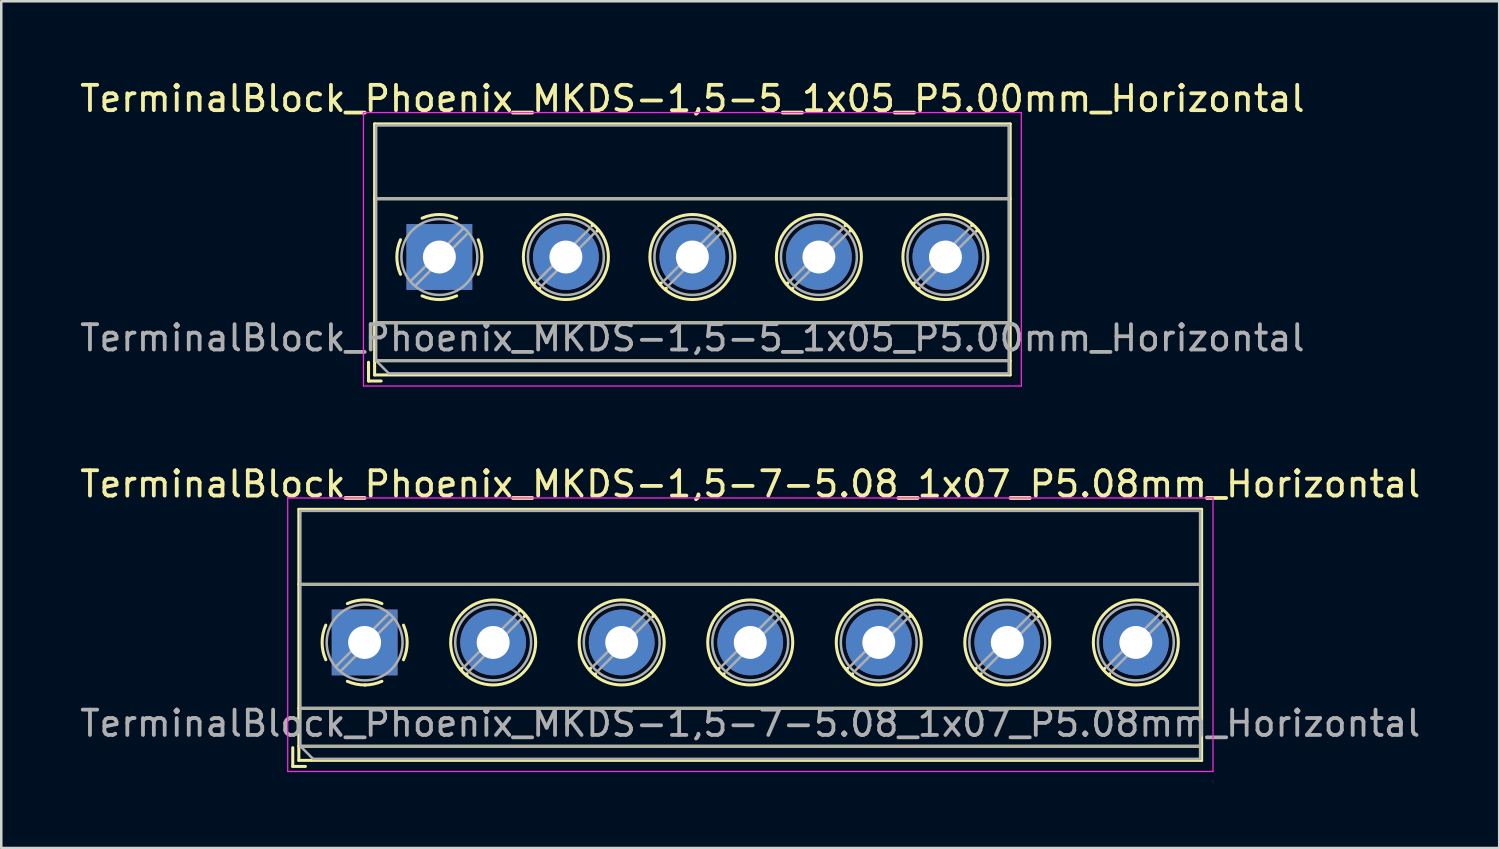
<source format=kicad_pcb>
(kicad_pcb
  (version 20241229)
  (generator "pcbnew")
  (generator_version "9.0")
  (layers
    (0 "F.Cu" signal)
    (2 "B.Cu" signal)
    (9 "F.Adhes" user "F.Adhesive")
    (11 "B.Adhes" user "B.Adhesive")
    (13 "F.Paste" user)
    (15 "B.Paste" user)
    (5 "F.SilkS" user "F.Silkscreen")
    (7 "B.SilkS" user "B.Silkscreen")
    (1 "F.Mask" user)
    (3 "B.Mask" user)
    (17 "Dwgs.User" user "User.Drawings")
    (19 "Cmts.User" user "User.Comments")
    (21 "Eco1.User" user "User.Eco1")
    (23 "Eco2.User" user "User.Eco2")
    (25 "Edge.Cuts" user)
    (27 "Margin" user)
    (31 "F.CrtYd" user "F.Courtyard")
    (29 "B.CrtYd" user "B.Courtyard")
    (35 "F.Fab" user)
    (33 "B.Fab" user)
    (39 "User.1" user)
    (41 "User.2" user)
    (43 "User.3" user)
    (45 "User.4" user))
  (footprint "TerminalBlock_Phoenix_MKDS-1,5-7-5.08_1x07_P5.08mm_Horizontal"
    (layer "F.Cu")
    (at 11.361 22.341)
    (property "Reference" "TerminalBlock_Phoenix_MKDS-1,5-7-5.08_1x07_P5.08mm_Horizontal" (at 15.24 -6.26 0) (layer "F.SilkS") (effects (font (size 1 1) (thickness 0.15))))
    (attr through_hole)
    (fp_line (start -2.84 4.16) (end -2.84 4.9) (stroke (width 0.12) (type solid)) (layer "F.SilkS"))
    (fp_line (start -2.84 4.9) (end -2.34 4.9) (stroke (width 0.12) (type solid)) (layer "F.SilkS"))
    (fp_line (start -2.6 -5.261) (end -2.6 4.66) (stroke (width 0.12) (type solid)) (layer "F.SilkS"))
    (fp_line (start -2.6 -5.261) (end 33.08 -5.261) (stroke (width 0.12) (type solid)) (layer "F.SilkS"))
    (fp_line (start -2.6 -2.301) (end 33.08 -2.301) (stroke (width 0.12) (type solid)) (layer "F.SilkS"))
    (fp_line (start -2.6 2.6) (end 33.08 2.6) (stroke (width 0.12) (type solid)) (layer "F.SilkS"))
    (fp_line (start -2.6 4.1) (end 33.08 4.1) (stroke (width 0.12) (type solid)) (layer "F.SilkS"))
    (fp_line (start -2.6 4.66) (end 33.08 4.66) (stroke (width 0.12) (type solid)) (layer "F.SilkS"))
    (fp_line (start 3.853 1.023) (end 3.806 1.069) (stroke (width 0.12) (type solid)) (layer "F.SilkS"))
    (fp_line (start 4.046 1.239) (end 4.011 1.274) (stroke (width 0.12) (type solid)) (layer "F.SilkS"))
    (fp_line (start 6.15 -1.275) (end 6.115 -1.239) (stroke (width 0.12) (type solid)) (layer "F.SilkS"))
    (fp_line (start 6.355 -1.069) (end 6.308 -1.023) (stroke (width 0.12) (type solid)) (layer "F.SilkS"))
    (fp_line (start 8.933 1.023) (end 8.886 1.069) (stroke (width 0.12) (type solid)) (layer "F.SilkS"))
    (fp_line (start 9.126 1.239) (end 9.091 1.274) (stroke (width 0.12) (type solid)) (layer "F.SilkS"))
    (fp_line (start 11.23 -1.275) (end 11.195 -1.239) (stroke (width 0.12) (type solid)) (layer "F.SilkS"))
    (fp_line (start 11.435 -1.069) (end 11.388 -1.023) (stroke (width 0.12) (type solid)) (layer "F.SilkS"))
    (fp_line (start 14.013 1.023) (end 13.966 1.069) (stroke (width 0.12) (type solid)) (layer "F.SilkS"))
    (fp_line (start 14.206 1.239) (end 14.171 1.274) (stroke (width 0.12) (type solid)) (layer "F.SilkS"))
    (fp_line (start 16.31 -1.275) (end 16.275 -1.239) (stroke (width 0.12) (type solid)) (layer "F.SilkS"))
    (fp_line (start 16.515 -1.069) (end 16.468 -1.023) (stroke (width 0.12) (type solid)) (layer "F.SilkS"))
    (fp_line (start 19.093 1.023) (end 19.046 1.069) (stroke (width 0.12) (type solid)) (layer "F.SilkS"))
    (fp_line (start 19.286 1.239) (end 19.251 1.274) (stroke (width 0.12) (type solid)) (layer "F.SilkS"))
    (fp_line (start 21.39 -1.275) (end 21.355 -1.239) (stroke (width 0.12) (type solid)) (layer "F.SilkS"))
    (fp_line (start 21.595 -1.069) (end 21.548 -1.023) (stroke (width 0.12) (type solid)) (layer "F.SilkS"))
    (fp_line (start 24.173 1.023) (end 24.126 1.069) (stroke (width 0.12) (type solid)) (layer "F.SilkS"))
    (fp_line (start 24.366 1.239) (end 24.331 1.274) (stroke (width 0.12) (type solid)) (layer "F.SilkS"))
    (fp_line (start 26.47 -1.275) (end 26.435 -1.239) (stroke (width 0.12) (type solid)) (layer "F.SilkS"))
    (fp_line (start 26.675 -1.069) (end 26.628 -1.023) (stroke (width 0.12) (type solid)) (layer "F.SilkS"))
    (fp_line (start 29.253 1.023) (end 29.206 1.069) (stroke (width 0.12) (type solid)) (layer "F.SilkS"))
    (fp_line (start 29.446 1.239) (end 29.411 1.274) (stroke (width 0.12) (type solid)) (layer "F.SilkS"))
    (fp_line (start 31.55 -1.275) (end 31.515 -1.239) (stroke (width 0.12) (type solid)) (layer "F.SilkS"))
    (fp_line (start 31.755 -1.069) (end 31.708 -1.023) (stroke (width 0.12) (type solid)) (layer "F.SilkS"))
    (fp_line (start 33.08 -5.261) (end 33.08 4.66) (stroke (width 0.12) (type solid)) (layer "F.SilkS"))
    (fp_arc (start -1.535427 0.683042) (mid -1.680501 -0.000524) (end -1.535 -0.684) (stroke (width 0.12) (type solid)) (layer "F.SilkS"))
    (fp_arc (start -0.683042 -1.535427) (mid 0.000524 -1.680501) (end 0.684 -1.535) (stroke (width 0.12) (type solid)) (layer "F.SilkS"))
    (fp_arc (start 0.028805 1.680253) (mid -0.335551 1.646659) (end -0.684 1.535) (stroke (width 0.12) (type solid)) (layer "F.SilkS"))
    (fp_arc (start 0.683318 1.534756) (mid 0.349292 1.643288) (end 0 1.68) (stroke (width 0.12) (type solid)) (layer "F.SilkS"))
    (fp_arc (start 1.535427 -0.683042) (mid 1.680501 0.000524) (end 1.535 0.684) (stroke (width 0.12) (type solid)) (layer "F.SilkS"))
    (fp_circle (center 5.08 0) (end 6.76 0) (stroke (width 0.12) (type solid)) (fill no) (layer "F.SilkS"))
    (fp_circle (center 10.16 0) (end 11.84 0) (stroke (width 0.12) (type solid)) (fill no) (layer "F.SilkS"))
    (fp_circle (center 15.24 0) (end 16.92 0) (stroke (width 0.12) (type solid)) (fill no) (layer "F.SilkS"))
    (fp_circle (center 20.32 0) (end 22 0) (stroke (width 0.12) (type solid)) (fill no) (layer "F.SilkS"))
    (fp_circle (center 25.4 0) (end 27.08 0) (stroke (width 0.12) (type solid)) (fill no) (layer "F.SilkS"))
    (fp_circle (center 30.48 0) (end 32.16 0) (stroke (width 0.12) (type solid)) (fill no) (layer "F.SilkS"))
    (fp_line (start -3.04 -5.71) (end -3.04 5.1) (stroke (width 0.05) (type solid)) (layer "F.CrtYd"))
    (fp_line (start -3.04 5.1) (end 33.53 5.1) (stroke (width 0.05) (type solid)) (layer "F.CrtYd"))
    (fp_line (start 33.53 -5.71) (end -3.04 -5.71) (stroke (width 0.05) (type solid)) (layer "F.CrtYd"))
    (fp_line (start 33.53 5.1) (end 33.53 -5.71) (stroke (width 0.05) (type solid)) (layer "F.CrtYd"))
    (fp_line (start -2.54 -5.2) (end 33.02 -5.2) (stroke (width 0.1) (type solid)) (layer "F.Fab"))
    (fp_line (start -2.54 -2.3) (end 33.02 -2.3) (stroke (width 0.1) (type solid)) (layer "F.Fab"))
    (fp_line (start -2.54 2.6) (end 33.02 2.6) (stroke (width 0.1) (type solid)) (layer "F.Fab"))
    (fp_line (start -2.54 4.1) (end -2.54 -5.2) (stroke (width 0.1) (type solid)) (layer "F.Fab"))
    (fp_line (start -2.54 4.1) (end 33.02 4.1) (stroke (width 0.1) (type solid)) (layer "F.Fab"))
    (fp_line (start -2.04 4.6) (end -2.54 4.1) (stroke (width 0.1) (type solid)) (layer "F.Fab"))
    (fp_line (start 0.955 -1.138) (end -1.138 0.955) (stroke (width 0.1) (type solid)) (layer "F.Fab"))
    (fp_line (start 1.138 -0.955) (end -0.955 1.138) (stroke (width 0.1) (type solid)) (layer "F.Fab"))
    (fp_line (start 6.035 -1.138) (end 3.943 0.955) (stroke (width 0.1) (type solid)) (layer "F.Fab"))
    (fp_line (start 6.218 -0.955) (end 4.126 1.138) (stroke (width 0.1) (type solid)) (layer "F.Fab"))
    (fp_line (start 11.115 -1.138) (end 9.023 0.955) (stroke (width 0.1) (type solid)) (layer "F.Fab"))
    (fp_line (start 11.298 -0.955) (end 9.206 1.138) (stroke (width 0.1) (type solid)) (layer "F.Fab"))
    (fp_line (start 16.195 -1.138) (end 14.103 0.955) (stroke (width 0.1) (type solid)) (layer "F.Fab"))
    (fp_line (start 16.378 -0.955) (end 14.286 1.138) (stroke (width 0.1) (type solid)) (layer "F.Fab"))
    (fp_line (start 21.275 -1.138) (end 19.183 0.955) (stroke (width 0.1) (type solid)) (layer "F.Fab"))
    (fp_line (start 21.458 -0.955) (end 19.366 1.138) (stroke (width 0.1) (type solid)) (layer "F.Fab"))
    (fp_line (start 26.355 -1.138) (end 24.263 0.955) (stroke (width 0.1) (type solid)) (layer "F.Fab"))
    (fp_line (start 26.538 -0.955) (end 24.446 1.138) (stroke (width 0.1) (type solid)) (layer "F.Fab"))
    (fp_line (start 31.435 -1.138) (end 29.343 0.955) (stroke (width 0.1) (type solid)) (layer "F.Fab"))
    (fp_line (start 31.618 -0.955) (end 29.526 1.138) (stroke (width 0.1) (type solid)) (layer "F.Fab"))
    (fp_line (start 33.02 -5.2) (end 33.02 4.6) (stroke (width 0.1) (type solid)) (layer "F.Fab"))
    (fp_line (start 33.02 4.6) (end -2.04 4.6) (stroke (width 0.1) (type solid)) (layer "F.Fab"))
    (fp_circle (center 0 0) (end 1.5 0) (stroke (width 0.1) (type solid)) (fill no) (layer "F.Fab"))
    (fp_circle (center 5.08 0) (end 6.58 0) (stroke (width 0.1) (type solid)) (fill no) (layer "F.Fab"))
    (fp_circle (center 10.16 0) (end 11.66 0) (stroke (width 0.1) (type solid)) (fill no) (layer "F.Fab"))
    (fp_circle (center 15.24 0) (end 16.74 0) (stroke (width 0.1) (type solid)) (fill no) (layer "F.Fab"))
    (fp_circle (center 20.32 0) (end 21.82 0) (stroke (width 0.1) (type solid)) (fill no) (layer "F.Fab"))
    (fp_circle (center 25.4 0) (end 26.9 0) (stroke (width 0.1) (type solid)) (fill no) (layer "F.Fab"))
    (fp_circle (center 30.48 0) (end 31.98 0) (stroke (width 0.1) (type solid)) (fill no) (layer "F.Fab"))
    (fp_text user "${REFERENCE}" (at 15.24 3.2 0) (layer "F.Fab") (effects (font (size 1 1) (thickness 0.15))))
    (pad "1" thru_hole rect (at 0 0) (size 2.6 2.6) (drill 1.3) (layers "*.Cu" "*.Mask"))
    (pad "2" thru_hole circle (at 5.08 0) (size 2.6 2.6) (drill 1.3) (layers "*.Cu" "*.Mask"))
    (pad "3" thru_hole circle (at 10.16 0) (size 2.6 2.6) (drill 1.3) (layers "*.Cu" "*.Mask"))
    (pad "4" thru_hole circle (at 15.24 0) (size 2.6 2.6) (drill 1.3) (layers "*.Cu" "*.Mask"))
    (pad "5" thru_hole circle (at 20.32 0) (size 2.6 2.6) (drill 1.3) (layers "*.Cu" "*.Mask"))
    (pad "6" thru_hole circle (at 25.4 0) (size 2.6 2.6) (drill 1.3) (layers "*.Cu" "*.Mask"))
    (pad "7" thru_hole circle (at 30.48 0) (size 2.6 2.6) (drill 1.3) (layers "*.Cu" "*.Mask")))
  (footprint "TerminalBlock_Phoenix_MKDS-1,5-5_1x05_P5.00mm_Horizontal"
    (layer "F.Cu")
    (at 14.315 7.108)
    (property "Reference" "TerminalBlock_Phoenix_MKDS-1,5-5_1x05_P5.00mm_Horizontal" (at 10 -6.26 0) (layer "F.SilkS") (effects (font (size 1 1) (thickness 0.15))))
    (attr through_hole)
    (fp_line (start -2.8 4.16) (end -2.8 4.9) (stroke (width 0.12) (type solid)) (layer "F.SilkS"))
    (fp_line (start -2.8 4.9) (end -2.3 4.9) (stroke (width 0.12) (type solid)) (layer "F.SilkS"))
    (fp_line (start -2.56 -5.261) (end -2.56 4.66) (stroke (width 0.12) (type solid)) (layer "F.SilkS"))
    (fp_line (start -2.56 -5.261) (end 22.56 -5.261) (stroke (width 0.12) (type solid)) (layer "F.SilkS"))
    (fp_line (start -2.56 -2.301) (end 22.56 -2.301) (stroke (width 0.12) (type solid)) (layer "F.SilkS"))
    (fp_line (start -2.56 2.6) (end 22.56 2.6) (stroke (width 0.12) (type solid)) (layer "F.SilkS"))
    (fp_line (start -2.56 4.1) (end 22.56 4.1) (stroke (width 0.12) (type solid)) (layer "F.SilkS"))
    (fp_line (start -2.56 4.66) (end 22.56 4.66) (stroke (width 0.12) (type solid)) (layer "F.SilkS"))
    (fp_line (start 3.773 1.023) (end 3.726 1.069) (stroke (width 0.12) (type solid)) (layer "F.SilkS"))
    (fp_line (start 3.966 1.239) (end 3.931 1.274) (stroke (width 0.12) (type solid)) (layer "F.SilkS"))
    (fp_line (start 6.07 -1.275) (end 6.035 -1.239) (stroke (width 0.12) (type solid)) (layer "F.SilkS"))
    (fp_line (start 6.275 -1.069) (end 6.228 -1.023) (stroke (width 0.12) (type solid)) (layer "F.SilkS"))
    (fp_line (start 8.773 1.023) (end 8.726 1.069) (stroke (width 0.12) (type solid)) (layer "F.SilkS"))
    (fp_line (start 8.966 1.239) (end 8.931 1.274) (stroke (width 0.12) (type solid)) (layer "F.SilkS"))
    (fp_line (start 11.07 -1.275) (end 11.035 -1.239) (stroke (width 0.12) (type solid)) (layer "F.SilkS"))
    (fp_line (start 11.275 -1.069) (end 11.228 -1.023) (stroke (width 0.12) (type solid)) (layer "F.SilkS"))
    (fp_line (start 13.773 1.023) (end 13.726 1.069) (stroke (width 0.12) (type solid)) (layer "F.SilkS"))
    (fp_line (start 13.966 1.239) (end 13.931 1.274) (stroke (width 0.12) (type solid)) (layer "F.SilkS"))
    (fp_line (start 16.07 -1.275) (end 16.035 -1.239) (stroke (width 0.12) (type solid)) (layer "F.SilkS"))
    (fp_line (start 16.275 -1.069) (end 16.228 -1.023) (stroke (width 0.12) (type solid)) (layer "F.SilkS"))
    (fp_line (start 18.773 1.023) (end 18.726 1.069) (stroke (width 0.12) (type solid)) (layer "F.SilkS"))
    (fp_line (start 18.966 1.239) (end 18.931 1.274) (stroke (width 0.12) (type solid)) (layer "F.SilkS"))
    (fp_line (start 21.07 -1.275) (end 21.035 -1.239) (stroke (width 0.12) (type solid)) (layer "F.SilkS"))
    (fp_line (start 21.275 -1.069) (end 21.228 -1.023) (stroke (width 0.12) (type solid)) (layer "F.SilkS"))
    (fp_line (start 22.56 -5.261) (end 22.56 4.66) (stroke (width 0.12) (type solid)) (layer "F.SilkS"))
    (fp_arc (start -1.535427 0.683042) (mid -1.680501 -0.000524) (end -1.535 -0.684) (stroke (width 0.12) (type solid)) (layer "F.SilkS"))
    (fp_arc (start -0.683042 -1.535427) (mid 0.000524 -1.680501) (end 0.684 -1.535) (stroke (width 0.12) (type solid)) (layer "F.SilkS"))
    (fp_arc (start 0.028805 1.680253) (mid -0.335551 1.646659) (end -0.684 1.535) (stroke (width 0.12) (type solid)) (layer "F.SilkS"))
    (fp_arc (start 0.683318 1.534756) (mid 0.349292 1.643288) (end 0 1.68) (stroke (width 0.12) (type solid)) (layer "F.SilkS"))
    (fp_arc (start 1.535427 -0.683042) (mid 1.680501 0.000524) (end 1.535 0.684) (stroke (width 0.12) (type solid)) (layer "F.SilkS"))
    (fp_circle (center 5 0) (end 6.68 0) (stroke (width 0.12) (type solid)) (fill no) (layer "F.SilkS"))
    (fp_circle (center 10 0) (end 11.68 0) (stroke (width 0.12) (type solid)) (fill no) (layer "F.SilkS"))
    (fp_circle (center 15 0) (end 16.68 0) (stroke (width 0.12) (type solid)) (fill no) (layer "F.SilkS"))
    (fp_circle (center 20 0) (end 21.68 0) (stroke (width 0.12) (type solid)) (fill no) (layer "F.SilkS"))
    (fp_line (start -3 -5.71) (end -3 5.1) (stroke (width 0.05) (type solid)) (layer "F.CrtYd"))
    (fp_line (start -3 5.1) (end 23 5.1) (stroke (width 0.05) (type solid)) (layer "F.CrtYd"))
    (fp_line (start 23 -5.71) (end -3 -5.71) (stroke (width 0.05) (type solid)) (layer "F.CrtYd"))
    (fp_line (start 23 5.1) (end 23 -5.71) (stroke (width 0.05) (type solid)) (layer "F.CrtYd"))
    (fp_line (start -2.5 -5.2) (end 22.5 -5.2) (stroke (width 0.1) (type solid)) (layer "F.Fab"))
    (fp_line (start -2.5 -2.3) (end 22.5 -2.3) (stroke (width 0.1) (type solid)) (layer "F.Fab"))
    (fp_line (start -2.5 2.6) (end 22.5 2.6) (stroke (width 0.1) (type solid)) (layer "F.Fab"))
    (fp_line (start -2.5 4.1) (end -2.5 -5.2) (stroke (width 0.1) (type solid)) (layer "F.Fab"))
    (fp_line (start -2.5 4.1) (end 22.5 4.1) (stroke (width 0.1) (type solid)) (layer "F.Fab"))
    (fp_line (start -2 4.6) (end -2.5 4.1) (stroke (width 0.1) (type solid)) (layer "F.Fab"))
    (fp_line (start 0.955 -1.138) (end -1.138 0.955) (stroke (width 0.1) (type solid)) (layer "F.Fab"))
    (fp_line (start 1.138 -0.955) (end -0.955 1.138) (stroke (width 0.1) (type solid)) (layer "F.Fab"))
    (fp_line (start 5.955 -1.138) (end 3.863 0.955) (stroke (width 0.1) (type solid)) (layer "F.Fab"))
    (fp_line (start 6.138 -0.955) (end 4.046 1.138) (stroke (width 0.1) (type solid)) (layer "F.Fab"))
    (fp_line (start 10.955 -1.138) (end 8.863 0.955) (stroke (width 0.1) (type solid)) (layer "F.Fab"))
    (fp_line (start 11.138 -0.955) (end 9.046 1.138) (stroke (width 0.1) (type solid)) (layer "F.Fab"))
    (fp_line (start 15.955 -1.138) (end 13.863 0.955) (stroke (width 0.1) (type solid)) (layer "F.Fab"))
    (fp_line (start 16.138 -0.955) (end 14.046 1.138) (stroke (width 0.1) (type solid)) (layer "F.Fab"))
    (fp_line (start 20.955 -1.138) (end 18.863 0.955) (stroke (width 0.1) (type solid)) (layer "F.Fab"))
    (fp_line (start 21.138 -0.955) (end 19.046 1.138) (stroke (width 0.1) (type solid)) (layer "F.Fab"))
    (fp_line (start 22.5 -5.2) (end 22.5 4.6) (stroke (width 0.1) (type solid)) (layer "F.Fab"))
    (fp_line (start 22.5 4.6) (end -2 4.6) (stroke (width 0.1) (type solid)) (layer "F.Fab"))
    (fp_circle (center 0 0) (end 1.5 0) (stroke (width 0.1) (type solid)) (fill no) (layer "F.Fab"))
    (fp_circle (center 5 0) (end 6.5 0) (stroke (width 0.1) (type solid)) (fill no) (layer "F.Fab"))
    (fp_circle (center 10 0) (end 11.5 0) (stroke (width 0.1) (type solid)) (fill no) (layer "F.Fab"))
    (fp_circle (center 15 0) (end 16.5 0) (stroke (width 0.1) (type solid)) (fill no) (layer "F.Fab"))
    (fp_circle (center 20 0) (end 21.5 0) (stroke (width 0.1) (type solid)) (fill no) (layer "F.Fab"))
    (fp_text user "${REFERENCE}" (at 10 3.2 0) (layer "F.Fab") (effects (font (size 1 1) (thickness 0.15))))
    (pad "1" thru_hole rect (at 0 0) (size 2.6 2.6) (drill 1.3) (layers "*.Cu" "*.Mask"))
    (pad "2" thru_hole circle (at 5 0) (size 2.6 2.6) (drill 1.3) (layers "*.Cu" "*.Mask"))
    (pad "3" thru_hole circle (at 10 0) (size 2.6 2.6) (drill 1.3) (layers "*.Cu" "*.Mask"))
    (pad "4" thru_hole circle (at 15 0) (size 2.6 2.6) (drill 1.3) (layers "*.Cu" "*.Mask"))
    (pad "5" thru_hole circle (at 20 0) (size 2.6 2.6) (drill 1.3) (layers "*.Cu" "*.Mask")))
  (gr_rect
    (start -3 -3)
    (end 56.202 30.466)
    (stroke (width 0.1) (type default))
    (fill no)
    (layer "Edge.Cuts")))
</source>
